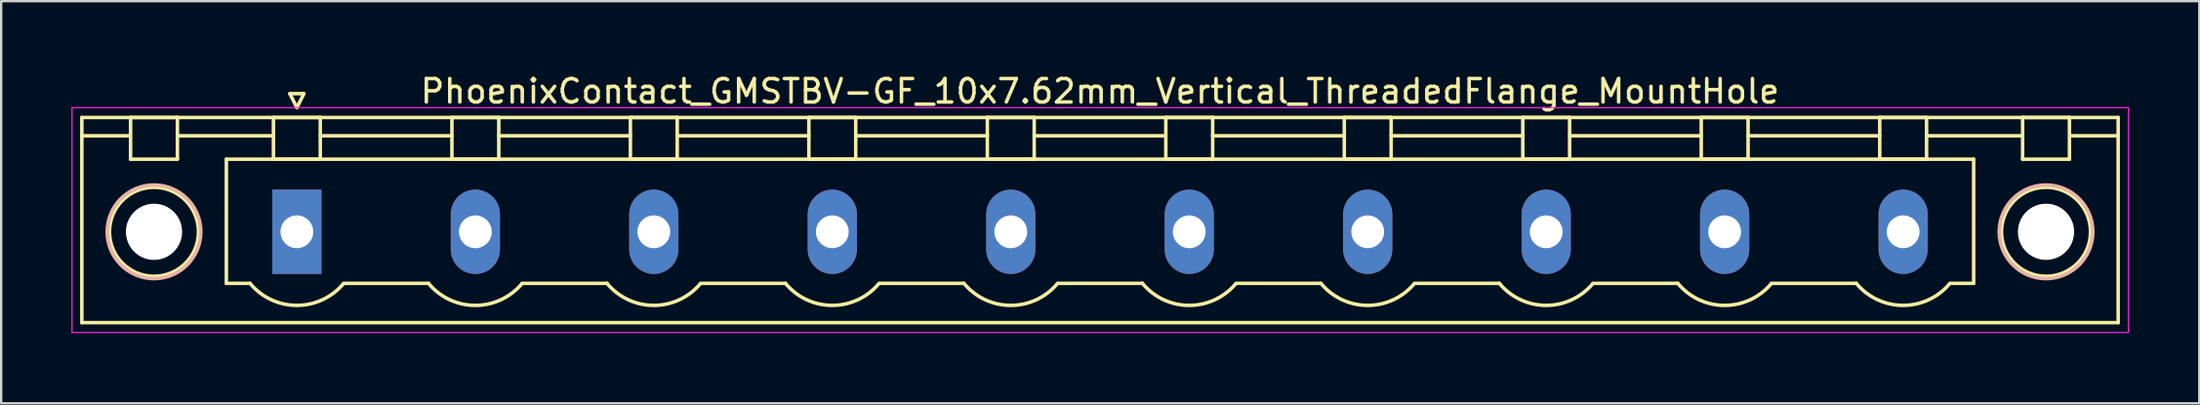
<source format=kicad_pcb>
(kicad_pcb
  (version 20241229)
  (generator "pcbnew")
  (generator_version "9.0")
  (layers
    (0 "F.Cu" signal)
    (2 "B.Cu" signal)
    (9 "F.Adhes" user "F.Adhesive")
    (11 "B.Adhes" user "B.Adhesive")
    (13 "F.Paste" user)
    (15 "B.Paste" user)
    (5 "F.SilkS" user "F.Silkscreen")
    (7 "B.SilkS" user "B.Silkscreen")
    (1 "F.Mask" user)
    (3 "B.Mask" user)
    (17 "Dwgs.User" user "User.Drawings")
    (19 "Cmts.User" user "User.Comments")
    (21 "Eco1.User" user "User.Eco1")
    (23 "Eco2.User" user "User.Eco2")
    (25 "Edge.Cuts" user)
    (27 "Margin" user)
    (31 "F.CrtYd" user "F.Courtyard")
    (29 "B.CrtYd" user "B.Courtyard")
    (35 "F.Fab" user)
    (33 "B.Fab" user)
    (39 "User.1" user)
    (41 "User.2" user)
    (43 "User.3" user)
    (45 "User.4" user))
  (footprint "PhoenixContact_GMSTBV-GF_10x7.62mm_Vertical_ThreadedFlange_MountHole"
    (layer "F.Cu")
    (at 9.625 6.848)
    (property "Reference" "PhoenixContact_GMSTBV-GF_10x7.62mm_Vertical_ThreadedFlange_MountHole" (at 34.29 -6 0) (layer "F.SilkS") (effects (font (size 1 1) (thickness 0.15))))
    (attr through_hole)
    (fp_line (start -9.18 -4.88) (end -9.18 3.88) (stroke (width 0.15) (type solid)) (layer "F.SilkS"))
    (fp_line (start -9.18 -4.1) (end -7.18 -4.1) (stroke (width 0.15) (type solid)) (layer "F.SilkS"))
    (fp_line (start -9.18 3.88) (end 77.76 3.88) (stroke (width 0.15) (type solid)) (layer "F.SilkS"))
    (fp_line (start -7.1 -4.88) (end -5.1 -4.88) (stroke (width 0.15) (type solid)) (layer "F.SilkS"))
    (fp_line (start -7.1 -3.1) (end -7.1 -4.88) (stroke (width 0.15) (type solid)) (layer "F.SilkS"))
    (fp_line (start -5.1 -4.88) (end -5.1 -3.1) (stroke (width 0.15) (type solid)) (layer "F.SilkS"))
    (fp_line (start -5.1 -4.1) (end -1 -4.1) (stroke (width 0.15) (type solid)) (layer "F.SilkS"))
    (fp_line (start -5.1 -3.1) (end -7.1 -3.1) (stroke (width 0.15) (type solid)) (layer "F.SilkS"))
    (fp_line (start -3.01 -3.1) (end 71.59 -3.1) (stroke (width 0.15) (type solid)) (layer "F.SilkS"))
    (fp_line (start -3.01 2.2) (end -3.01 -3.1) (stroke (width 0.15) (type solid)) (layer "F.SilkS"))
    (fp_line (start -2 2.2) (end -3.01 2.2) (stroke (width 0.15) (type solid)) (layer "F.SilkS"))
    (fp_line (start -1 -4.88) (end 1 -4.88) (stroke (width 0.15) (type solid)) (layer "F.SilkS"))
    (fp_line (start -1 -3.1) (end -1 -4.88) (stroke (width 0.15) (type solid)) (layer "F.SilkS"))
    (fp_line (start -0.3 -5.9) (end 0 -5.3) (stroke (width 0.15) (type solid)) (layer "F.SilkS"))
    (fp_line (start 0 -5.3) (end 0.3 -5.9) (stroke (width 0.15) (type solid)) (layer "F.SilkS"))
    (fp_line (start 0.3 -5.9) (end -0.3 -5.9) (stroke (width 0.15) (type solid)) (layer "F.SilkS"))
    (fp_line (start 1 -4.88) (end 1 -3.1) (stroke (width 0.15) (type solid)) (layer "F.SilkS"))
    (fp_line (start 1 -4.1) (end 6.62 -4.1) (stroke (width 0.15) (type solid)) (layer "F.SilkS"))
    (fp_line (start 1 -3.1) (end -1 -3.1) (stroke (width 0.15) (type solid)) (layer "F.SilkS"))
    (fp_line (start 2 2.2) (end 5.62 2.2) (stroke (width 0.15) (type solid)) (layer "F.SilkS"))
    (fp_line (start 6.62 -4.88) (end 8.62 -4.88) (stroke (width 0.15) (type solid)) (layer "F.SilkS"))
    (fp_line (start 6.62 -3.1) (end 6.62 -4.88) (stroke (width 0.15) (type solid)) (layer "F.SilkS"))
    (fp_line (start 8.62 -4.88) (end 8.62 -3.1) (stroke (width 0.15) (type solid)) (layer "F.SilkS"))
    (fp_line (start 8.62 -4.1) (end 14.24 -4.1) (stroke (width 0.15) (type solid)) (layer "F.SilkS"))
    (fp_line (start 8.62 -3.1) (end 6.62 -3.1) (stroke (width 0.15) (type solid)) (layer "F.SilkS"))
    (fp_line (start 9.62 2.2) (end 13.24 2.2) (stroke (width 0.15) (type solid)) (layer "F.SilkS"))
    (fp_line (start 14.24 -4.88) (end 16.24 -4.88) (stroke (width 0.15) (type solid)) (layer "F.SilkS"))
    (fp_line (start 14.24 -3.1) (end 14.24 -4.88) (stroke (width 0.15) (type solid)) (layer "F.SilkS"))
    (fp_line (start 16.24 -4.88) (end 16.24 -3.1) (stroke (width 0.15) (type solid)) (layer "F.SilkS"))
    (fp_line (start 16.24 -4.1) (end 21.86 -4.1) (stroke (width 0.15) (type solid)) (layer "F.SilkS"))
    (fp_line (start 16.24 -3.1) (end 14.24 -3.1) (stroke (width 0.15) (type solid)) (layer "F.SilkS"))
    (fp_line (start 17.24 2.2) (end 20.86 2.2) (stroke (width 0.15) (type solid)) (layer "F.SilkS"))
    (fp_line (start 21.86 -4.88) (end 23.86 -4.88) (stroke (width 0.15) (type solid)) (layer "F.SilkS"))
    (fp_line (start 21.86 -3.1) (end 21.86 -4.88) (stroke (width 0.15) (type solid)) (layer "F.SilkS"))
    (fp_line (start 23.86 -4.88) (end 23.86 -3.1) (stroke (width 0.15) (type solid)) (layer "F.SilkS"))
    (fp_line (start 23.86 -4.1) (end 29.48 -4.1) (stroke (width 0.15) (type solid)) (layer "F.SilkS"))
    (fp_line (start 23.86 -3.1) (end 21.86 -3.1) (stroke (width 0.15) (type solid)) (layer "F.SilkS"))
    (fp_line (start 24.86 2.2) (end 28.48 2.2) (stroke (width 0.15) (type solid)) (layer "F.SilkS"))
    (fp_line (start 29.48 -4.88) (end 31.48 -4.88) (stroke (width 0.15) (type solid)) (layer "F.SilkS"))
    (fp_line (start 29.48 -3.1) (end 29.48 -4.88) (stroke (width 0.15) (type solid)) (layer "F.SilkS"))
    (fp_line (start 31.48 -4.88) (end 31.48 -3.1) (stroke (width 0.15) (type solid)) (layer "F.SilkS"))
    (fp_line (start 31.48 -4.1) (end 37.1 -4.1) (stroke (width 0.15) (type solid)) (layer "F.SilkS"))
    (fp_line (start 31.48 -3.1) (end 29.48 -3.1) (stroke (width 0.15) (type solid)) (layer "F.SilkS"))
    (fp_line (start 32.48 2.2) (end 36.1 2.2) (stroke (width 0.15) (type solid)) (layer "F.SilkS"))
    (fp_line (start 37.1 -4.88) (end 39.1 -4.88) (stroke (width 0.15) (type solid)) (layer "F.SilkS"))
    (fp_line (start 37.1 -3.1) (end 37.1 -4.88) (stroke (width 0.15) (type solid)) (layer "F.SilkS"))
    (fp_line (start 39.1 -4.88) (end 39.1 -3.1) (stroke (width 0.15) (type solid)) (layer "F.SilkS"))
    (fp_line (start 39.1 -4.1) (end 44.72 -4.1) (stroke (width 0.15) (type solid)) (layer "F.SilkS"))
    (fp_line (start 39.1 -3.1) (end 37.1 -3.1) (stroke (width 0.15) (type solid)) (layer "F.SilkS"))
    (fp_line (start 40.1 2.2) (end 43.72 2.2) (stroke (width 0.15) (type solid)) (layer "F.SilkS"))
    (fp_line (start 44.72 -4.88) (end 46.72 -4.88) (stroke (width 0.15) (type solid)) (layer "F.SilkS"))
    (fp_line (start 44.72 -3.1) (end 44.72 -4.88) (stroke (width 0.15) (type solid)) (layer "F.SilkS"))
    (fp_line (start 46.72 -4.88) (end 46.72 -3.1) (stroke (width 0.15) (type solid)) (layer "F.SilkS"))
    (fp_line (start 46.72 -4.1) (end 52.34 -4.1) (stroke (width 0.15) (type solid)) (layer "F.SilkS"))
    (fp_line (start 46.72 -3.1) (end 44.72 -3.1) (stroke (width 0.15) (type solid)) (layer "F.SilkS"))
    (fp_line (start 47.72 2.2) (end 51.34 2.2) (stroke (width 0.15) (type solid)) (layer "F.SilkS"))
    (fp_line (start 52.34 -4.88) (end 54.34 -4.88) (stroke (width 0.15) (type solid)) (layer "F.SilkS"))
    (fp_line (start 52.34 -3.1) (end 52.34 -4.88) (stroke (width 0.15) (type solid)) (layer "F.SilkS"))
    (fp_line (start 54.34 -4.88) (end 54.34 -3.1) (stroke (width 0.15) (type solid)) (layer "F.SilkS"))
    (fp_line (start 54.34 -4.1) (end 59.96 -4.1) (stroke (width 0.15) (type solid)) (layer "F.SilkS"))
    (fp_line (start 54.34 -3.1) (end 52.34 -3.1) (stroke (width 0.15) (type solid)) (layer "F.SilkS"))
    (fp_line (start 55.34 2.2) (end 58.96 2.2) (stroke (width 0.15) (type solid)) (layer "F.SilkS"))
    (fp_line (start 59.96 -4.88) (end 61.96 -4.88) (stroke (width 0.15) (type solid)) (layer "F.SilkS"))
    (fp_line (start 59.96 -3.1) (end 59.96 -4.88) (stroke (width 0.15) (type solid)) (layer "F.SilkS"))
    (fp_line (start 61.96 -4.88) (end 61.96 -3.1) (stroke (width 0.15) (type solid)) (layer "F.SilkS"))
    (fp_line (start 61.96 -4.1) (end 67.58 -4.1) (stroke (width 0.15) (type solid)) (layer "F.SilkS"))
    (fp_line (start 61.96 -3.1) (end 59.96 -3.1) (stroke (width 0.15) (type solid)) (layer "F.SilkS"))
    (fp_line (start 62.96 2.2) (end 66.58 2.2) (stroke (width 0.15) (type solid)) (layer "F.SilkS"))
    (fp_line (start 67.58 -4.88) (end 69.58 -4.88) (stroke (width 0.15) (type solid)) (layer "F.SilkS"))
    (fp_line (start 67.58 -3.1) (end 67.58 -4.88) (stroke (width 0.15) (type solid)) (layer "F.SilkS"))
    (fp_line (start 69.58 -4.88) (end 69.58 -3.1) (stroke (width 0.15) (type solid)) (layer "F.SilkS"))
    (fp_line (start 69.58 -4.1) (end 73.68 -4.1) (stroke (width 0.15) (type solid)) (layer "F.SilkS"))
    (fp_line (start 69.58 -3.1) (end 67.58 -3.1) (stroke (width 0.15) (type solid)) (layer "F.SilkS"))
    (fp_line (start 71.59 -3.1) (end 71.59 2.2) (stroke (width 0.15) (type solid)) (layer "F.SilkS"))
    (fp_line (start 71.59 2.2) (end 70.58 2.2) (stroke (width 0.15) (type solid)) (layer "F.SilkS"))
    (fp_line (start 73.68 -4.88) (end 75.68 -4.88) (stroke (width 0.15) (type solid)) (layer "F.SilkS"))
    (fp_line (start 73.68 -3.1) (end 73.68 -4.88) (stroke (width 0.15) (type solid)) (layer "F.SilkS"))
    (fp_line (start 75.68 -4.88) (end 75.68 -3.1) (stroke (width 0.15) (type solid)) (layer "F.SilkS"))
    (fp_line (start 75.68 -3.1) (end 73.68 -3.1) (stroke (width 0.15) (type solid)) (layer "F.SilkS"))
    (fp_line (start 77.76 -4.88) (end -9.18 -4.88) (stroke (width 0.15) (type solid)) (layer "F.SilkS"))
    (fp_line (start 77.76 -4.1) (end 75.76 -4.1) (stroke (width 0.15) (type solid)) (layer "F.SilkS"))
    (fp_line (start 77.76 3.88) (end 77.76 -4.88) (stroke (width 0.15) (type solid)) (layer "F.SilkS"))
    (fp_arc (start 1.986842 2.215821) (mid -0.010289 3.142758) (end -2 2.2) (stroke (width 0.15) (type solid)) (layer "F.SilkS"))
    (fp_arc (start 9.606842 2.215821) (mid 7.609711 3.142758) (end 5.62 2.2) (stroke (width 0.15) (type solid)) (layer "F.SilkS"))
    (fp_arc (start 17.226842 2.215821) (mid 15.229711 3.142758) (end 13.24 2.2) (stroke (width 0.15) (type solid)) (layer "F.SilkS"))
    (fp_arc (start 24.846842 2.215821) (mid 22.849711 3.142758) (end 20.86 2.2) (stroke (width 0.15) (type solid)) (layer "F.SilkS"))
    (fp_arc (start 32.466842 2.215821) (mid 30.469711 3.142758) (end 28.48 2.2) (stroke (width 0.15) (type solid)) (layer "F.SilkS"))
    (fp_arc (start 40.086842 2.215821) (mid 38.089711 3.142758) (end 36.1 2.2) (stroke (width 0.15) (type solid)) (layer "F.SilkS"))
    (fp_arc (start 47.706842 2.215821) (mid 45.709711 3.142758) (end 43.72 2.2) (stroke (width 0.15) (type solid)) (layer "F.SilkS"))
    (fp_arc (start 55.326842 2.215821) (mid 53.329711 3.142758) (end 51.34 2.2) (stroke (width 0.15) (type solid)) (layer "F.SilkS"))
    (fp_arc (start 62.946842 2.215821) (mid 60.949711 3.142758) (end 58.96 2.2) (stroke (width 0.15) (type solid)) (layer "F.SilkS"))
    (fp_arc (start 70.566842 2.215821) (mid 68.569711 3.142758) (end 66.58 2.2) (stroke (width 0.15) (type solid)) (layer "F.SilkS"))
    (fp_circle (center -6.1 0) (end -4.2 0) (stroke (width 0.15) (type solid)) (fill no) (layer "F.SilkS"))
    (fp_circle (center 74.68 0) (end 76.58 0) (stroke (width 0.15) (type solid)) (fill no) (layer "F.SilkS"))
    (fp_circle (center -6.1 0) (end -4.1 0) (stroke (width 0.15) (type solid)) (fill no) (layer "B.SilkS"))
    (fp_circle (center 74.68 0) (end 76.68 0) (stroke (width 0.15) (type solid)) (fill no) (layer "B.SilkS"))
    (fp_line (start -9.6 -5.3) (end -9.6 4.3) (stroke (width 0.05) (type solid)) (layer "F.CrtYd"))
    (fp_line (start -9.6 4.3) (end 78.2 4.3) (stroke (width 0.05) (type solid)) (layer "F.CrtYd"))
    (fp_line (start 78.2 -5.3) (end -9.6 -5.3) (stroke (width 0.05) (type solid)) (layer "F.CrtYd"))
    (fp_line (start 78.2 4.3) (end 78.2 -5.3) (stroke (width 0.05) (type solid)) (layer "F.CrtYd"))
    (pad "" np_thru_hole circle (at -6.1 0) (size 2.4 2.4) (drill 2.4) (layers "*.Cu" "*.Mask"))
    (pad "" np_thru_hole circle (at 74.68 0) (size 2.4 2.4) (drill 2.4) (layers "*.Cu" "*.Mask"))
    (pad "1" thru_hole rect (at 0 0) (size 2.1 3.6) (drill 1.4) (layers "*.Cu" "*.Mask"))
    (pad "2" thru_hole oval (at 7.62 0) (size 2.1 3.6) (drill 1.4) (layers "*.Cu" "*.Mask"))
    (pad "3" thru_hole oval (at 15.24 0) (size 2.1 3.6) (drill 1.4) (layers "*.Cu" "*.Mask"))
    (pad "4" thru_hole oval (at 22.86 0) (size 2.1 3.6) (drill 1.4) (layers "*.Cu" "*.Mask"))
    (pad "5" thru_hole oval (at 30.48 0) (size 2.1 3.6) (drill 1.4) (layers "*.Cu" "*.Mask"))
    (pad "6" thru_hole oval (at 38.1 0) (size 2.1 3.6) (drill 1.4) (layers "*.Cu" "*.Mask"))
    (pad "7" thru_hole oval (at 45.72 0) (size 2.1 3.6) (drill 1.4) (layers "*.Cu" "*.Mask"))
    (pad "8" thru_hole oval (at 53.34 0) (size 2.1 3.6) (drill 1.4) (layers "*.Cu" "*.Mask"))
    (pad "9" thru_hole oval (at 60.96 0) (size 2.1 3.6) (drill 1.4) (layers "*.Cu" "*.Mask"))
    (pad "10" thru_hole oval (at 68.58 0) (size 2.1 3.6) (drill 1.4) (layers "*.Cu" "*.Mask")))
  (gr_rect
    (start -3 -3)
    (end 90.85 14.173)
    (stroke (width 0.1) (type default))
    (fill no)
    (layer "Edge.Cuts")))
</source>
